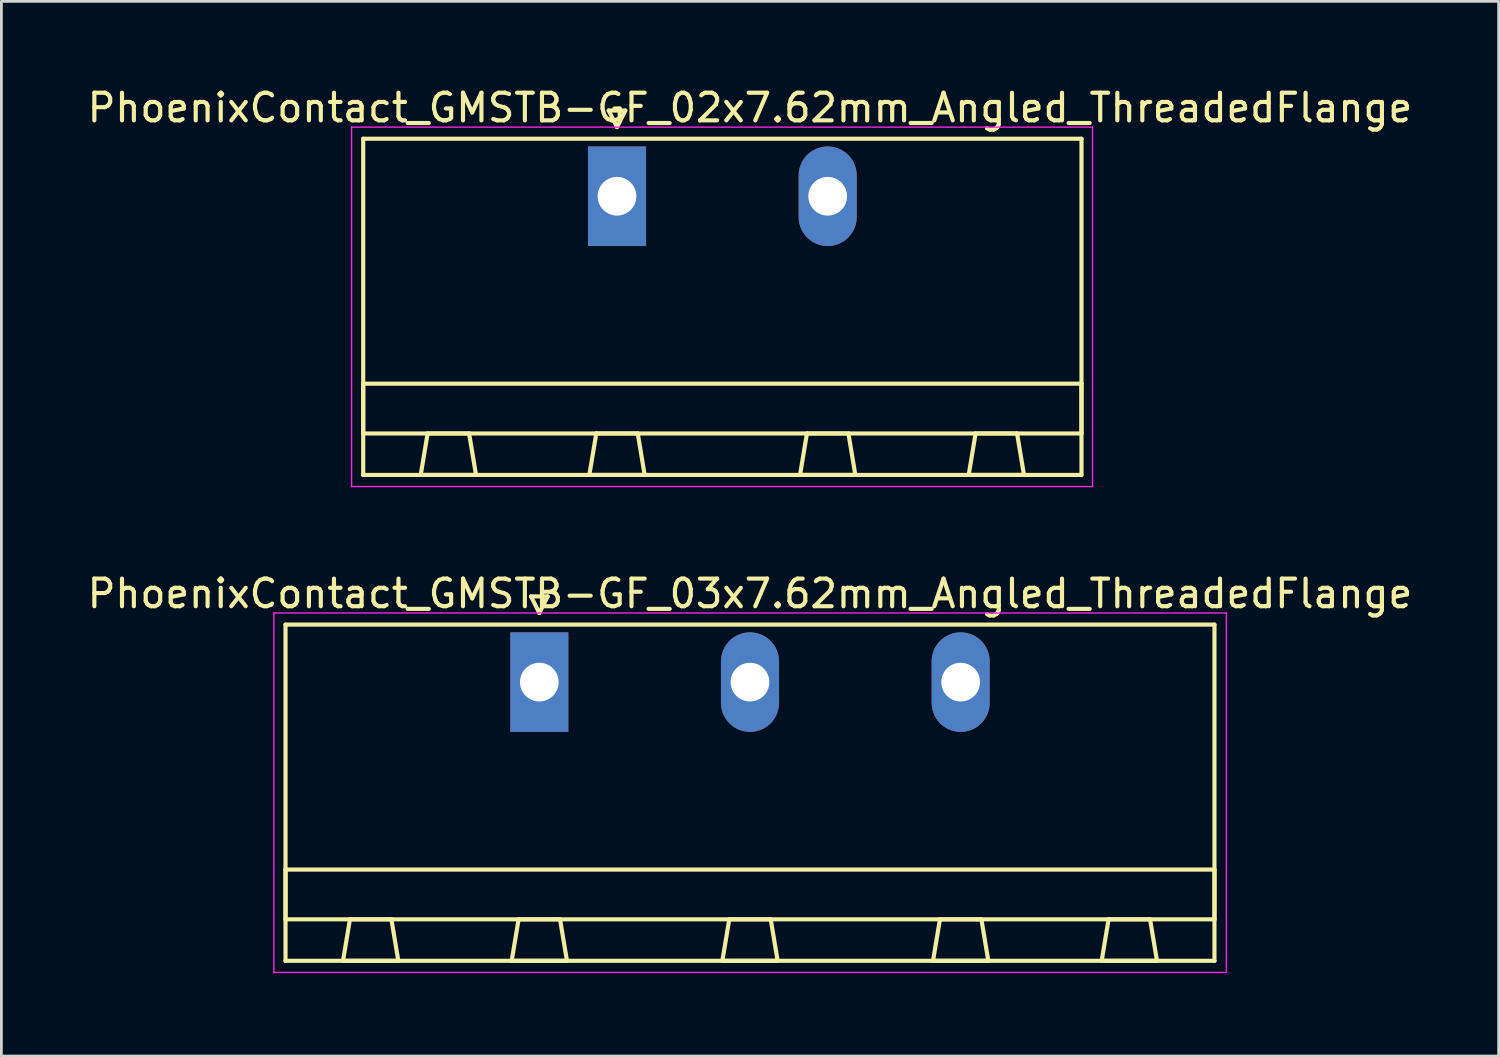
<source format=kicad_pcb>
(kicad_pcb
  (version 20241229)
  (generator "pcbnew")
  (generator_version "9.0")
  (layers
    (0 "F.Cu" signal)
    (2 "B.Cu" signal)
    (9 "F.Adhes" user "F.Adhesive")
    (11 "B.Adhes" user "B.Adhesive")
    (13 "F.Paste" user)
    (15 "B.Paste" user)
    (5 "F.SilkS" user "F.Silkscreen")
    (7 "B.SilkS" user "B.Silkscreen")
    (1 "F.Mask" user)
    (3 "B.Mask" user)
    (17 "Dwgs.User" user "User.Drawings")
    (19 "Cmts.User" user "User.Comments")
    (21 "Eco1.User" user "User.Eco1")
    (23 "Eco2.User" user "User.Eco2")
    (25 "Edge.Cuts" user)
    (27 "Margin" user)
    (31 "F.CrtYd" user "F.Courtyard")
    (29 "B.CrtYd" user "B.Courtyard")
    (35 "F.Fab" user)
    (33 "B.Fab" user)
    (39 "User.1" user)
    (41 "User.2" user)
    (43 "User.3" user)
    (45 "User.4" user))
  (footprint "PhoenixContact_GMSTB-GF_03x7.62mm_Angled_ThreadedFlange"
    (layer "F.Cu")
    (at 16.457 21.622)
    (property "Reference" "PhoenixContact_GMSTB-GF_03x7.62mm_Angled_ThreadedFlange" (at 7.62 -3.2 0) (layer "F.SilkS") (effects (font (size 1 1) (thickness 0.15))))
    (attr through_hole)
    (fp_line (start -9.18 -2.08) (end -9.18 10.08) (stroke (width 0.15) (type solid)) (layer "F.SilkS"))
    (fp_line (start -9.18 6.78) (end 24.42 6.78) (stroke (width 0.15) (type solid)) (layer "F.SilkS"))
    (fp_line (start -9.18 8.58) (end -9.18 6.78) (stroke (width 0.15) (type solid)) (layer "F.SilkS"))
    (fp_line (start -9.18 10.08) (end 24.42 10.08) (stroke (width 0.15) (type solid)) (layer "F.SilkS"))
    (fp_line (start -7.1 10.08) (end -5.1 10.08) (stroke (width 0.15) (type solid)) (layer "F.SilkS"))
    (fp_line (start -6.85 8.58) (end -7.1 10.08) (stroke (width 0.15) (type solid)) (layer "F.SilkS"))
    (fp_line (start -5.35 8.58) (end -6.85 8.58) (stroke (width 0.15) (type solid)) (layer "F.SilkS"))
    (fp_line (start -5.1 10.08) (end -5.35 8.58) (stroke (width 0.15) (type solid)) (layer "F.SilkS"))
    (fp_line (start -1 10.08) (end 1 10.08) (stroke (width 0.15) (type solid)) (layer "F.SilkS"))
    (fp_line (start -0.75 8.58) (end -1 10.08) (stroke (width 0.15) (type solid)) (layer "F.SilkS"))
    (fp_line (start -0.3 -3.1) (end 0 -2.5) (stroke (width 0.15) (type solid)) (layer "F.SilkS"))
    (fp_line (start 0 -2.5) (end 0.3 -3.1) (stroke (width 0.15) (type solid)) (layer "F.SilkS"))
    (fp_line (start 0.3 -3.1) (end -0.3 -3.1) (stroke (width 0.15) (type solid)) (layer "F.SilkS"))
    (fp_line (start 0.75 8.58) (end -0.75 8.58) (stroke (width 0.15) (type solid)) (layer "F.SilkS"))
    (fp_line (start 1 10.08) (end 0.75 8.58) (stroke (width 0.15) (type solid)) (layer "F.SilkS"))
    (fp_line (start 6.62 10.08) (end 8.62 10.08) (stroke (width 0.15) (type solid)) (layer "F.SilkS"))
    (fp_line (start 6.87 8.58) (end 6.62 10.08) (stroke (width 0.15) (type solid)) (layer "F.SilkS"))
    (fp_line (start 8.37 8.58) (end 6.87 8.58) (stroke (width 0.15) (type solid)) (layer "F.SilkS"))
    (fp_line (start 8.62 10.08) (end 8.37 8.58) (stroke (width 0.15) (type solid)) (layer "F.SilkS"))
    (fp_line (start 14.24 10.08) (end 16.24 10.08) (stroke (width 0.15) (type solid)) (layer "F.SilkS"))
    (fp_line (start 14.49 8.58) (end 14.24 10.08) (stroke (width 0.15) (type solid)) (layer "F.SilkS"))
    (fp_line (start 15.99 8.58) (end 14.49 8.58) (stroke (width 0.15) (type solid)) (layer "F.SilkS"))
    (fp_line (start 16.24 10.08) (end 15.99 8.58) (stroke (width 0.15) (type solid)) (layer "F.SilkS"))
    (fp_line (start 20.34 10.08) (end 22.34 10.08) (stroke (width 0.15) (type solid)) (layer "F.SilkS"))
    (fp_line (start 20.59 8.58) (end 20.34 10.08) (stroke (width 0.15) (type solid)) (layer "F.SilkS"))
    (fp_line (start 22.09 8.58) (end 20.59 8.58) (stroke (width 0.15) (type solid)) (layer "F.SilkS"))
    (fp_line (start 22.34 10.08) (end 22.09 8.58) (stroke (width 0.15) (type solid)) (layer "F.SilkS"))
    (fp_line (start 24.42 -2.08) (end -9.18 -2.08) (stroke (width 0.15) (type solid)) (layer "F.SilkS"))
    (fp_line (start 24.42 6.78) (end 24.42 8.58) (stroke (width 0.15) (type solid)) (layer "F.SilkS"))
    (fp_line (start 24.42 8.58) (end -9.18 8.58) (stroke (width 0.15) (type solid)) (layer "F.SilkS"))
    (fp_line (start 24.42 10.08) (end 24.42 -2.08) (stroke (width 0.15) (type solid)) (layer "F.SilkS"))
    (fp_line (start -9.6 -2.5) (end -9.6 10.5) (stroke (width 0.05) (type solid)) (layer "F.CrtYd"))
    (fp_line (start -9.6 10.5) (end 24.85 10.5) (stroke (width 0.05) (type solid)) (layer "F.CrtYd"))
    (fp_line (start 24.85 -2.5) (end -9.6 -2.5) (stroke (width 0.05) (type solid)) (layer "F.CrtYd"))
    (fp_line (start 24.85 10.5) (end 24.85 -2.5) (stroke (width 0.05) (type solid)) (layer "F.CrtYd"))
    (pad "1" thru_hole rect (at 0 0) (size 2.1 3.6) (drill 1.4) (layers "*.Cu" "*.Mask"))
    (pad "2" thru_hole oval (at 7.62 0) (size 2.1 3.6) (drill 1.4) (layers "*.Cu" "*.Mask"))
    (pad "3" thru_hole oval (at 15.24 0) (size 2.1 3.6) (drill 1.4) (layers "*.Cu" "*.Mask")))
  (footprint "PhoenixContact_GMSTB-GF_02x7.62mm_Angled_ThreadedFlange"
    (layer "F.Cu")
    (at 19.267 4.048)
    (property "Reference" "PhoenixContact_GMSTB-GF_02x7.62mm_Angled_ThreadedFlange" (at 4.81 -3.2 0) (layer "F.SilkS") (effects (font (size 1 1) (thickness 0.15))))
    (attr through_hole)
    (fp_line (start -9.18 -2.08) (end -9.18 10.08) (stroke (width 0.15) (type solid)) (layer "F.SilkS"))
    (fp_line (start -9.18 6.78) (end 16.8 6.78) (stroke (width 0.15) (type solid)) (layer "F.SilkS"))
    (fp_line (start -9.18 8.58) (end -9.18 6.78) (stroke (width 0.15) (type solid)) (layer "F.SilkS"))
    (fp_line (start -9.18 10.08) (end 16.8 10.08) (stroke (width 0.15) (type solid)) (layer "F.SilkS"))
    (fp_line (start -7.1 10.08) (end -5.1 10.08) (stroke (width 0.15) (type solid)) (layer "F.SilkS"))
    (fp_line (start -6.85 8.58) (end -7.1 10.08) (stroke (width 0.15) (type solid)) (layer "F.SilkS"))
    (fp_line (start -5.35 8.58) (end -6.85 8.58) (stroke (width 0.15) (type solid)) (layer "F.SilkS"))
    (fp_line (start -5.1 10.08) (end -5.35 8.58) (stroke (width 0.15) (type solid)) (layer "F.SilkS"))
    (fp_line (start -1 10.08) (end 1 10.08) (stroke (width 0.15) (type solid)) (layer "F.SilkS"))
    (fp_line (start -0.75 8.58) (end -1 10.08) (stroke (width 0.15) (type solid)) (layer "F.SilkS"))
    (fp_line (start -0.3 -3.1) (end 0 -2.5) (stroke (width 0.15) (type solid)) (layer "F.SilkS"))
    (fp_line (start 0 -2.5) (end 0.3 -3.1) (stroke (width 0.15) (type solid)) (layer "F.SilkS"))
    (fp_line (start 0.3 -3.1) (end -0.3 -3.1) (stroke (width 0.15) (type solid)) (layer "F.SilkS"))
    (fp_line (start 0.75 8.58) (end -0.75 8.58) (stroke (width 0.15) (type solid)) (layer "F.SilkS"))
    (fp_line (start 1 10.08) (end 0.75 8.58) (stroke (width 0.15) (type solid)) (layer "F.SilkS"))
    (fp_line (start 6.62 10.08) (end 8.62 10.08) (stroke (width 0.15) (type solid)) (layer "F.SilkS"))
    (fp_line (start 6.87 8.58) (end 6.62 10.08) (stroke (width 0.15) (type solid)) (layer "F.SilkS"))
    (fp_line (start 8.37 8.58) (end 6.87 8.58) (stroke (width 0.15) (type solid)) (layer "F.SilkS"))
    (fp_line (start 8.62 10.08) (end 8.37 8.58) (stroke (width 0.15) (type solid)) (layer "F.SilkS"))
    (fp_line (start 12.72 10.08) (end 14.72 10.08) (stroke (width 0.15) (type solid)) (layer "F.SilkS"))
    (fp_line (start 12.97 8.58) (end 12.72 10.08) (stroke (width 0.15) (type solid)) (layer "F.SilkS"))
    (fp_line (start 14.47 8.58) (end 12.97 8.58) (stroke (width 0.15) (type solid)) (layer "F.SilkS"))
    (fp_line (start 14.72 10.08) (end 14.47 8.58) (stroke (width 0.15) (type solid)) (layer "F.SilkS"))
    (fp_line (start 16.8 -2.08) (end -9.18 -2.08) (stroke (width 0.15) (type solid)) (layer "F.SilkS"))
    (fp_line (start 16.8 6.78) (end 16.8 8.58) (stroke (width 0.15) (type solid)) (layer "F.SilkS"))
    (fp_line (start 16.8 8.58) (end -9.18 8.58) (stroke (width 0.15) (type solid)) (layer "F.SilkS"))
    (fp_line (start 16.8 10.08) (end 16.8 -2.08) (stroke (width 0.15) (type solid)) (layer "F.SilkS"))
    (fp_line (start -9.6 -2.5) (end -9.6 10.5) (stroke (width 0.05) (type solid)) (layer "F.CrtYd"))
    (fp_line (start -9.6 10.5) (end 17.2 10.5) (stroke (width 0.05) (type solid)) (layer "F.CrtYd"))
    (fp_line (start 17.2 -2.5) (end -9.6 -2.5) (stroke (width 0.05) (type solid)) (layer "F.CrtYd"))
    (fp_line (start 17.2 10.5) (end 17.2 -2.5) (stroke (width 0.05) (type solid)) (layer "F.CrtYd"))
    (pad "1" thru_hole rect (at 0 0) (size 2.1 3.6) (drill 1.4) (layers "*.Cu" "*.Mask"))
    (pad "2" thru_hole oval (at 7.62 0) (size 2.1 3.6) (drill 1.4) (layers "*.Cu" "*.Mask")))
  (gr_rect
    (start -3 -3)
    (end 51.155 35.147)
    (stroke (width 0.1) (type default))
    (fill no)
    (layer "Edge.Cuts")))
</source>
